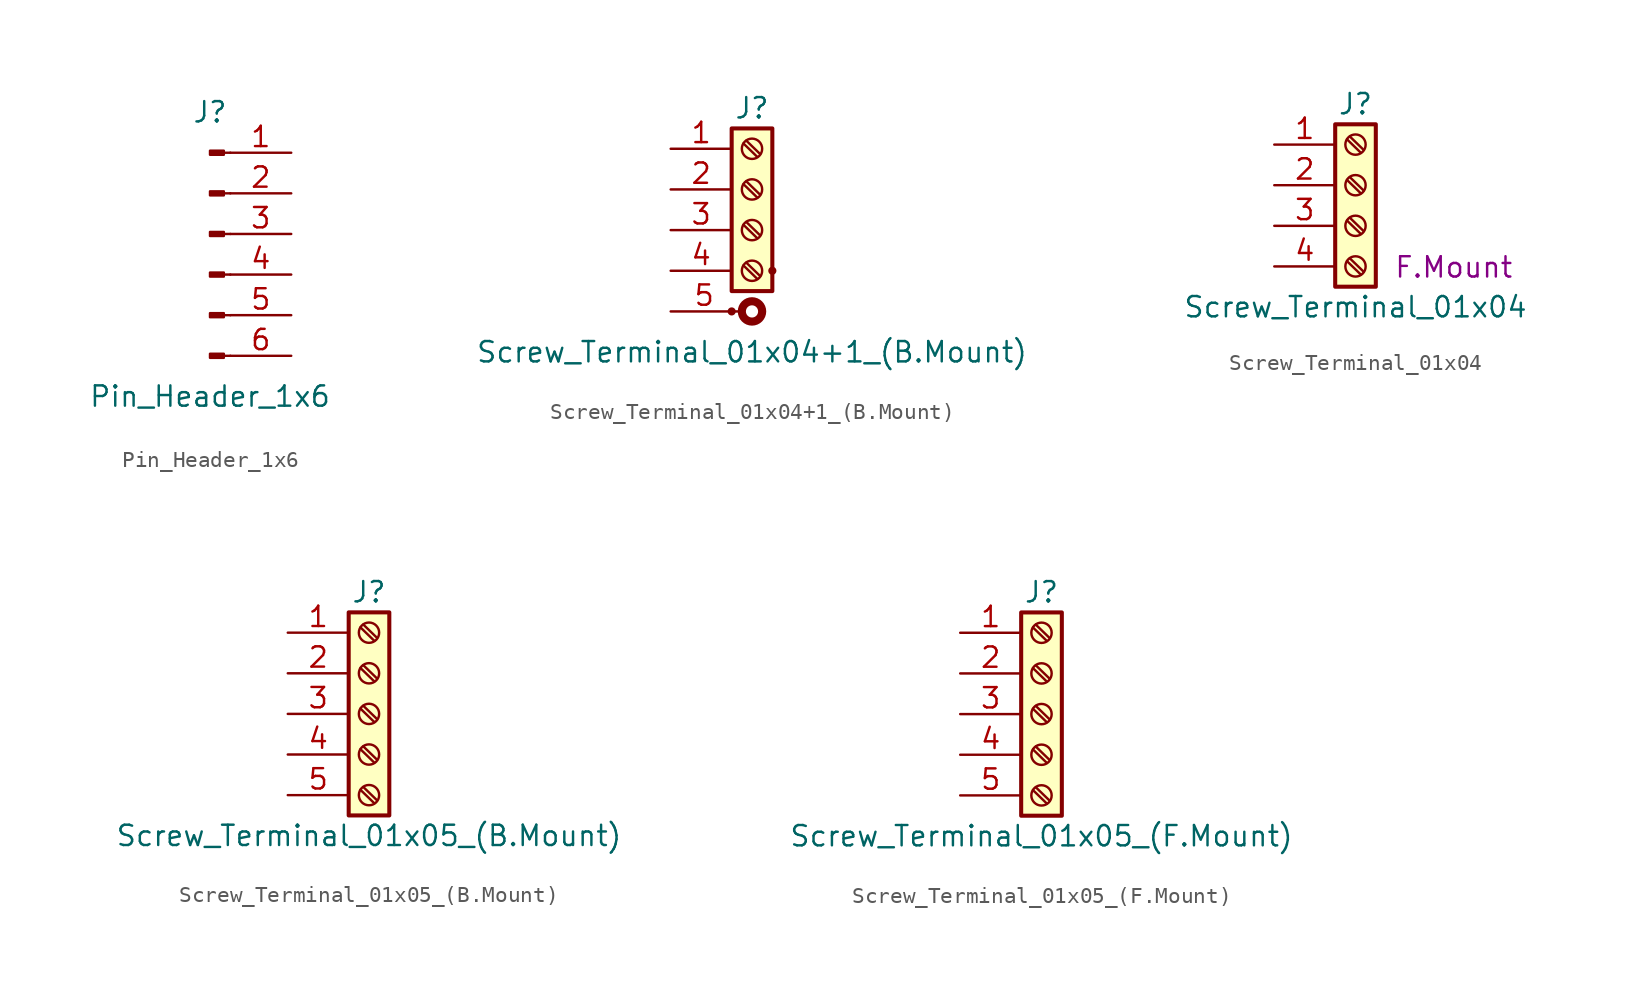
<source format=kicad_sym>
(kicad_symbol_lib
  (version 20211014)
  (generator kicad_symbol_editor)
  (symbol "Pin_Header_1x6"
    (pin_names
      (offset 1.016) hide)
    (property "Reference" "J"
      (at 0 7.62 0)
      (effects (font (size 1.27 1.27))))
    (property "Value" "Pin_Header_1x6"
      (at 0 -10.16 0)
      (effects (font (size 1.27 1.27))))
    (symbol "Pin_Header_1x6_1_1"
      (polyline (pts (xy 1.27 -7.62) (xy 0.864 -7.62)) (stroke (width 0.152) (type default) (color 0 0 0 0)) (fill (type none)))
      (polyline (pts (xy 1.27 -5.08) (xy 0.864 -5.08)) (stroke (width 0.152) (type default) (color 0 0 0 0)) (fill (type none)))
      (polyline (pts (xy 1.27 -2.54) (xy 0.864 -2.54)) (stroke (width 0.152) (type default) (color 0 0 0 0)) (fill (type none)))
      (polyline (pts (xy 1.27 0) (xy 0.864 0)) (stroke (width 0.152) (type default) (color 0 0 0 0)) (fill (type none)))
      (polyline (pts (xy 1.27 2.54) (xy 0.864 2.54)) (stroke (width 0.152) (type default) (color 0 0 0 0)) (fill (type none)))
      (polyline (pts (xy 1.27 5.08) (xy 0.864 5.08)) (stroke (width 0.152) (type default) (color 0 0 0 0)) (fill (type none)))
      (rectangle (start 0.864 -7.493) (end 0 -7.747) (stroke (width 0.152) (type default) (color 0 0 0 0)) (fill (type outline)))
      (rectangle (start 0.864 -4.953) (end 0 -5.207) (stroke (width 0.152) (type default) (color 0 0 0 0)) (fill (type outline)))
      (rectangle (start 0.864 -2.413) (end 0 -2.667) (stroke (width 0.152) (type default) (color 0 0 0 0)) (fill (type outline)))
      (rectangle (start 0.864 0.127) (end 0 -0.127) (stroke (width 0.152) (type default) (color 0 0 0 0)) (fill (type outline)))
      (rectangle (start 0.864 2.667) (end 0 2.413) (stroke (width 0.152) (type default) (color 0 0 0 0)) (fill (type outline)))
      (rectangle (start 0.864 5.207) (end 0 4.953) (stroke (width 0.152) (type default) (color 0 0 0 0)) (fill (type outline)))
      (pin passive line (at 5.08 5.08 180) (length 3.81) (name "Pin_1" (effects (font (size 1.27 1.27)))) (number "1" (effects (font (size 1.27 1.27)))))
      (pin passive line (at 5.08 2.54 180) (length 3.81) (name "Pin_2" (effects (font (size 1.27 1.27)))) (number "2" (effects (font (size 1.27 1.27)))))
      (pin passive line (at 5.08 0 180) (length 3.81) (name "Pin_3" (effects (font (size 1.27 1.27)))) (number "3" (effects (font (size 1.27 1.27)))))
      (pin passive line (at 5.08 -2.54 180) (length 3.81) (name "Pin_4" (effects (font (size 1.27 1.27)))) (number "4" (effects (font (size 1.27 1.27)))))
      (pin passive line (at 5.08 -5.08 180) (length 3.81) (name "Pin_5" (effects (font (size 1.27 1.27)))) (number "5" (effects (font (size 1.27 1.27)))))
      (pin passive line (at 5.08 -7.62 180) (length 3.81) (name "Pin_6" (effects (font (size 1.27 1.27)))) (number "6" (effects (font (size 1.27 1.27)))))))
  (symbol "Screw_Terminal_01x04+1_(B.Mount)"
    (pin_names
      (offset 1.016) hide)
    (property "Reference" "J"
      (at 0 7.62 0)
      (effects (font (size 1.27 1.27))))
    (property "Value" "Screw_Terminal_01x04+1_(B.Mount)"
      (at 0 -7.62 0)
      (effects (font (size 1.27 1.27))))
    (symbol "Screw_Terminal_01x04+1_(B.Mount)_1_1"
      (rectangle (start -1.27 -5.08) (end -1.27 -5.08) (stroke (width 0.508) (type default) (color 0 0 0 0)) (fill (type none)))
      (rectangle (start -1.27 6.35) (end 1.27 -3.81) (stroke (width 0.254) (type default) (color 0 0 0 0)) (fill (type background)))
      (circle (center 0 -5.08) (radius 0.635) (stroke (width 0.508) (type default) (color 0 0 0 0)) (fill (type none)))
      (circle (center 0 -2.54) (radius 0.635) (stroke (width 0.152) (type default) (color 0 0 0 0)) (fill (type none)))
      (polyline (pts (xy -0.533 -2.21) (xy 0.33 -3.048)) (stroke (width 0.152) (type default) (color 0 0 0 0)) (fill (type none)))
      (polyline (pts (xy -0.533 0.33) (xy 0.33 -0.508)) (stroke (width 0.152) (type default) (color 0 0 0 0)) (fill (type none)))
      (polyline (pts (xy -0.533 2.87) (xy 0.33 2.032)) (stroke (width 0.152) (type default) (color 0 0 0 0)) (fill (type none)))
      (polyline (pts (xy -0.533 5.41) (xy 0.33 4.572)) (stroke (width 0.152) (type default) (color 0 0 0 0)) (fill (type none)))
      (polyline (pts (xy -0.356 -2.032) (xy 0.508 -2.87)) (stroke (width 0.152) (type default) (color 0 0 0 0)) (fill (type none)))
      (polyline (pts (xy -0.356 0.508) (xy 0.508 -0.33)) (stroke (width 0.152) (type default) (color 0 0 0 0)) (fill (type none)))
      (polyline (pts (xy -0.356 3.048) (xy 0.508 2.21)) (stroke (width 0.152) (type default) (color 0 0 0 0)) (fill (type none)))
      (polyline (pts (xy -0.356 5.588) (xy 0.508 4.75)) (stroke (width 0.152) (type default) (color 0 0 0 0)) (fill (type none)))
      (circle (center 0 0) (radius 0.635) (stroke (width 0.152) (type default) (color 0 0 0 0)) (fill (type none)))
      (circle (center 0 2.54) (radius 0.635) (stroke (width 0.152) (type default) (color 0 0 0 0)) (fill (type none)))
      (circle (center 0 5.08) (radius 0.635) (stroke (width 0.152) (type default) (color 0 0 0 0)) (fill (type none)))
      (rectangle (start 1.27 -2.54) (end 1.27 -2.54) (stroke (width 0.508) (type default) (color 0 0 0 0)) (fill (type none)))
      (pin passive line (at -5.08 5.08 0) (length 3.81) (name "Pin_1" (effects (font (size 1.27 1.27)))) (number "1" (effects (font (size 1.27 1.27)))))
      (pin passive line (at -5.08 2.54 0) (length 3.81) (name "Pin_2" (effects (font (size 1.27 1.27)))) (number "2" (effects (font (size 1.27 1.27)))))
      (pin passive line (at -5.08 0 0) (length 3.81) (name "Pin_3" (effects (font (size 1.27 1.27)))) (number "3" (effects (font (size 1.27 1.27)))))
      (pin passive line (at -5.08 -2.54 0) (length 3.81) (name "Pin_4" (effects (font (size 1.27 1.27)))) (number "4" (effects (font (size 1.27 1.27)))))
      (pin passive line (at -5.08 -5.08 0) (length 4.191) (name "Pin_5" (effects (font (size 1.27 1.27)))) (number "5" (effects (font (size 1.27 1.27)))))))
  (symbol "Screw_Terminal_01x04"
    (pin_names
      (offset 1.016) hide)
    (property "Reference" "J"
      (at 0 5.08 0)
      (effects (font (size 1.27 1.27))))
    (property "Value" "Screw_Terminal_01x04"
      (at 0 -7.62 0)
      (effects (font (size 1.27 1.27))))
    (property "Mount Option" "F.Mount"
      (at 6.147 -5.131 0)
      (effects (font (size 1.27 1.27))))
    (symbol "Screw_Terminal_01x04_1_1"
      (rectangle (start -1.27 3.81) (end 1.27 -6.35) (stroke (width 0.254) (type default) (color 0 0 0 0)) (fill (type background)))
      (circle (center 0 -5.08) (radius 0.635) (stroke (width 0.152) (type default) (color 0 0 0 0)) (fill (type none)))
      (circle (center 0 -2.54) (radius 0.635) (stroke (width 0.152) (type default) (color 0 0 0 0)) (fill (type none)))
      (polyline (pts (xy -0.533 -4.75) (xy 0.33 -5.588)) (stroke (width 0.152) (type default) (color 0 0 0 0)) (fill (type none)))
      (polyline (pts (xy -0.533 -2.21) (xy 0.33 -3.048)) (stroke (width 0.152) (type default) (color 0 0 0 0)) (fill (type none)))
      (polyline (pts (xy -0.533 0.33) (xy 0.33 -0.508)) (stroke (width 0.152) (type default) (color 0 0 0 0)) (fill (type none)))
      (polyline (pts (xy -0.533 2.87) (xy 0.33 2.032)) (stroke (width 0.152) (type default) (color 0 0 0 0)) (fill (type none)))
      (polyline (pts (xy -0.356 -4.572) (xy 0.508 -5.41)) (stroke (width 0.152) (type default) (color 0 0 0 0)) (fill (type none)))
      (polyline (pts (xy -0.356 -2.032) (xy 0.508 -2.87)) (stroke (width 0.152) (type default) (color 0 0 0 0)) (fill (type none)))
      (polyline (pts (xy -0.356 0.508) (xy 0.508 -0.33)) (stroke (width 0.152) (type default) (color 0 0 0 0)) (fill (type none)))
      (polyline (pts (xy -0.356 3.048) (xy 0.508 2.21)) (stroke (width 0.152) (type default) (color 0 0 0 0)) (fill (type none)))
      (circle (center 0 0) (radius 0.635) (stroke (width 0.152) (type default) (color 0 0 0 0)) (fill (type none)))
      (circle (center 0 2.54) (radius 0.635) (stroke (width 0.152) (type default) (color 0 0 0 0)) (fill (type none)))
      (pin passive line (at -5.08 2.54 0) (length 3.81) (name "Pin_1" (effects (font (size 1.27 1.27)))) (number "1" (effects (font (size 1.27 1.27)))))
      (pin passive line (at -5.08 0 0) (length 3.81) (name "Pin_2" (effects (font (size 1.27 1.27)))) (number "2" (effects (font (size 1.27 1.27)))))
      (pin passive line (at -5.08 -2.54 0) (length 3.81) (name "Pin_3" (effects (font (size 1.27 1.27)))) (number "3" (effects (font (size 1.27 1.27)))))
      (pin passive line (at -5.08 -5.08 0) (length 3.81) (name "Pin_4" (effects (font (size 1.27 1.27)))) (number "4" (effects (font (size 1.27 1.27)))))))
  (symbol "Screw_Terminal_01x05_(B.Mount)"
    (pin_names
      (offset 1.016) hide)
    (property "Reference" "J"
      (at 0 7.62 0)
      (effects (font (size 1.27 1.27))))
    (property "Value" "Screw_Terminal_01x05_(B.Mount)"
      (at 0 -7.62 0)
      (effects (font (size 1.27 1.27))))
    (symbol "Screw_Terminal_01x05_(B.Mount)_1_1"
      (rectangle (start -1.27 6.35) (end 1.27 -6.35) (stroke (width 0.254) (type default) (color 0 0 0 0)) (fill (type background)))
      (circle (center 0 -5.08) (radius 0.635) (stroke (width 0.152) (type default) (color 0 0 0 0)) (fill (type none)))
      (circle (center 0 -2.54) (radius 0.635) (stroke (width 0.152) (type default) (color 0 0 0 0)) (fill (type none)))
      (polyline (pts (xy -0.533 -4.75) (xy 0.33 -5.588)) (stroke (width 0.152) (type default) (color 0 0 0 0)) (fill (type none)))
      (polyline (pts (xy -0.533 -2.21) (xy 0.33 -3.048)) (stroke (width 0.152) (type default) (color 0 0 0 0)) (fill (type none)))
      (polyline (pts (xy -0.533 0.33) (xy 0.33 -0.508)) (stroke (width 0.152) (type default) (color 0 0 0 0)) (fill (type none)))
      (polyline (pts (xy -0.533 2.87) (xy 0.33 2.032)) (stroke (width 0.152) (type default) (color 0 0 0 0)) (fill (type none)))
      (polyline (pts (xy -0.533 5.41) (xy 0.33 4.572)) (stroke (width 0.152) (type default) (color 0 0 0 0)) (fill (type none)))
      (polyline (pts (xy -0.356 -4.572) (xy 0.508 -5.41)) (stroke (width 0.152) (type default) (color 0 0 0 0)) (fill (type none)))
      (polyline (pts (xy -0.356 -2.032) (xy 0.508 -2.87)) (stroke (width 0.152) (type default) (color 0 0 0 0)) (fill (type none)))
      (polyline (pts (xy -0.356 0.508) (xy 0.508 -0.33)) (stroke (width 0.152) (type default) (color 0 0 0 0)) (fill (type none)))
      (polyline (pts (xy -0.356 3.048) (xy 0.508 2.21)) (stroke (width 0.152) (type default) (color 0 0 0 0)) (fill (type none)))
      (polyline (pts (xy -0.356 5.588) (xy 0.508 4.75)) (stroke (width 0.152) (type default) (color 0 0 0 0)) (fill (type none)))
      (circle (center 0 0) (radius 0.635) (stroke (width 0.152) (type default) (color 0 0 0 0)) (fill (type none)))
      (circle (center 0 2.54) (radius 0.635) (stroke (width 0.152) (type default) (color 0 0 0 0)) (fill (type none)))
      (circle (center 0 5.08) (radius 0.635) (stroke (width 0.152) (type default) (color 0 0 0 0)) (fill (type none)))
      (pin passive line (at -5.08 5.08 0) (length 3.81) (name "Pin_1" (effects (font (size 1.27 1.27)))) (number "1" (effects (font (size 1.27 1.27)))))
      (pin passive line (at -5.08 2.54 0) (length 3.81) (name "Pin_2" (effects (font (size 1.27 1.27)))) (number "2" (effects (font (size 1.27 1.27)))))
      (pin passive line (at -5.08 0 0) (length 3.81) (name "Pin_3" (effects (font (size 1.27 1.27)))) (number "3" (effects (font (size 1.27 1.27)))))
      (pin passive line (at -5.08 -2.54 0) (length 3.81) (name "Pin_4" (effects (font (size 1.27 1.27)))) (number "4" (effects (font (size 1.27 1.27)))))
      (pin passive line (at -5.08 -5.08 0) (length 3.81) (name "Pin_5" (effects (font (size 1.27 1.27)))) (number "5" (effects (font (size 1.27 1.27)))))))
  (symbol "Screw_Terminal_01x05_(F.Mount)"
    (pin_names
      (offset 1.016) hide)
    (property "Reference" "J"
      (at 0 7.62 0)
      (effects (font (size 1.27 1.27))))
    (property "Value" "Screw_Terminal_01x05_(F.Mount)"
      (at 0 -7.62 0)
      (effects (font (size 1.27 1.27))))
    (symbol "Screw_Terminal_01x05_(F.Mount)_1_1"
      (rectangle (start -1.27 6.35) (end 1.27 -6.35) (stroke (width 0.254) (type default) (color 0 0 0 0)) (fill (type background)))
      (circle (center 0 -5.08) (radius 0.635) (stroke (width 0.152) (type default) (color 0 0 0 0)) (fill (type none)))
      (circle (center 0 -2.54) (radius 0.635) (stroke (width 0.152) (type default) (color 0 0 0 0)) (fill (type none)))
      (polyline (pts (xy -0.533 -4.75) (xy 0.33 -5.588)) (stroke (width 0.152) (type default) (color 0 0 0 0)) (fill (type none)))
      (polyline (pts (xy -0.533 -2.21) (xy 0.33 -3.048)) (stroke (width 0.152) (type default) (color 0 0 0 0)) (fill (type none)))
      (polyline (pts (xy -0.533 0.33) (xy 0.33 -0.508)) (stroke (width 0.152) (type default) (color 0 0 0 0)) (fill (type none)))
      (polyline (pts (xy -0.533 2.87) (xy 0.33 2.032)) (stroke (width 0.152) (type default) (color 0 0 0 0)) (fill (type none)))
      (polyline (pts (xy -0.533 5.41) (xy 0.33 4.572)) (stroke (width 0.152) (type default) (color 0 0 0 0)) (fill (type none)))
      (polyline (pts (xy -0.356 -4.572) (xy 0.508 -5.41)) (stroke (width 0.152) (type default) (color 0 0 0 0)) (fill (type none)))
      (polyline (pts (xy -0.356 -2.032) (xy 0.508 -2.87)) (stroke (width 0.152) (type default) (color 0 0 0 0)) (fill (type none)))
      (polyline (pts (xy -0.356 0.508) (xy 0.508 -0.33)) (stroke (width 0.152) (type default) (color 0 0 0 0)) (fill (type none)))
      (polyline (pts (xy -0.356 3.048) (xy 0.508 2.21)) (stroke (width 0.152) (type default) (color 0 0 0 0)) (fill (type none)))
      (polyline (pts (xy -0.356 5.588) (xy 0.508 4.75)) (stroke (width 0.152) (type default) (color 0 0 0 0)) (fill (type none)))
      (circle (center 0 0) (radius 0.635) (stroke (width 0.152) (type default) (color 0 0 0 0)) (fill (type none)))
      (circle (center 0 2.54) (radius 0.635) (stroke (width 0.152) (type default) (color 0 0 0 0)) (fill (type none)))
      (circle (center 0 5.08) (radius 0.635) (stroke (width 0.152) (type default) (color 0 0 0 0)) (fill (type none)))
      (pin passive line (at -5.08 5.08 0) (length 3.81) (name "Pin_1" (effects (font (size 1.27 1.27)))) (number "1" (effects (font (size 1.27 1.27)))))
      (pin passive line (at -5.08 2.54 0) (length 3.81) (name "Pin_2" (effects (font (size 1.27 1.27)))) (number "2" (effects (font (size 1.27 1.27)))))
      (pin passive line (at -5.08 0 0) (length 3.81) (name "Pin_3" (effects (font (size 1.27 1.27)))) (number "3" (effects (font (size 1.27 1.27)))))
      (pin passive line (at -5.08 -2.54 0) (length 3.81) (name "Pin_4" (effects (font (size 1.27 1.27)))) (number "4" (effects (font (size 1.27 1.27)))))
      (pin passive line (at -5.08 -5.08 0) (length 3.81) (name "Pin_5" (effects (font (size 1.27 1.27)))) (number "5" (effects (font (size 1.27 1.27))))))))
</source>
